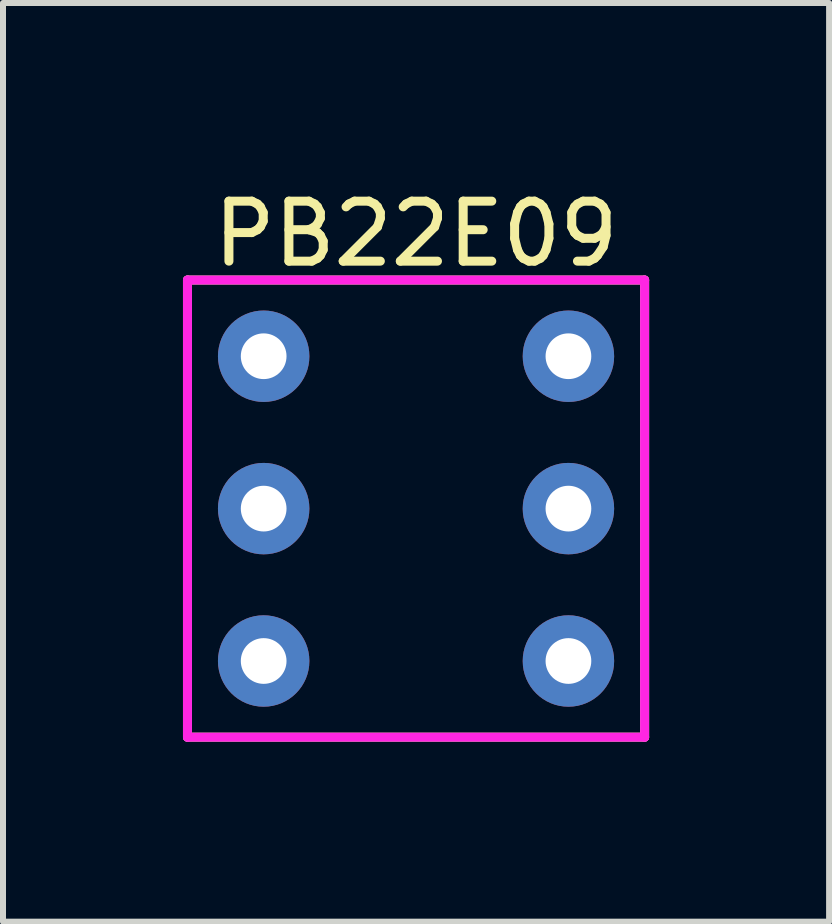
<source format=kicad_pcb>
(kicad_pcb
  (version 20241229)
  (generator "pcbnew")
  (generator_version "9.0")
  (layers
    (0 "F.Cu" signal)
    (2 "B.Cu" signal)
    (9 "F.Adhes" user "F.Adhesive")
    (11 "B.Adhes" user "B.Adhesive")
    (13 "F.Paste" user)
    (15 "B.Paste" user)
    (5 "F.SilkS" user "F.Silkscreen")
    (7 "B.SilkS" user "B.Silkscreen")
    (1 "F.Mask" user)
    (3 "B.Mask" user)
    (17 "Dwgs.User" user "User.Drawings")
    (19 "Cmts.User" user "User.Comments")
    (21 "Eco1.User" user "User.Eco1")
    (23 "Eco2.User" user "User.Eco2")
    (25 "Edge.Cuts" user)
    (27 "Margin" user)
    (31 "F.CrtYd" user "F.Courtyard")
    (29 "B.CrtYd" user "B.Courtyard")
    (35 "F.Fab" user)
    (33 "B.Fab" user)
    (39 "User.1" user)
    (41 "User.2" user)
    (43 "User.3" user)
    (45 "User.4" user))
  (footprint "PB22E09"
    (layer "F.Cu")
    (at 3.885 0.348)
    (property "Reference" "PB22E09" (at 0 0.5 0) (layer "F.SilkS") (effects (font (size 1 1) (thickness 0.15))))
    (attr through_hole)
    (fp_line (start -3.81 1.27) (end 3.81 1.27) (stroke (width 0.15) (type solid)) (layer "F.SilkS"))
    (fp_line (start -3.81 8.89) (end -3.81 1.27) (stroke (width 0.15) (type solid)) (layer "F.SilkS"))
    (fp_line (start 3.81 1.27) (end 3.81 8.89) (stroke (width 0.15) (type solid)) (layer "F.SilkS"))
    (fp_line (start 3.81 8.89) (end -3.81 8.89) (stroke (width 0.15) (type solid)) (layer "F.SilkS"))
    (fp_line (start -3.81 1.27) (end -3.81 8.89) (stroke (width 0.15) (type solid)) (layer "F.CrtYd"))
    (fp_line (start -3.81 8.89) (end 3.81 8.89) (stroke (width 0.15) (type solid)) (layer "F.CrtYd"))
    (fp_line (start 3.81 1.27) (end -3.81 1.27) (stroke (width 0.15) (type solid)) (layer "F.CrtYd"))
    (fp_line (start 3.81 8.89) (end 3.81 1.27) (stroke (width 0.15) (type solid)) (layer "F.CrtYd"))
    (pad "1" thru_hole circle (at -2.54 2.54) (size 1.524 1.524) (drill 0.762) (layers "*.Cu" "*.Mask"))
    (pad "2" thru_hole circle (at -2.54 5.08) (size 1.524 1.524) (drill 0.762) (layers "*.Cu" "*.Mask"))
    (pad "3" thru_hole circle (at -2.54 7.62) (size 1.524 1.524) (drill 0.762) (layers "*.Cu" "*.Mask"))
    (pad "4" thru_hole circle (at 2.54 2.54) (size 1.524 1.524) (drill 0.762) (layers "*.Cu" "*.Mask"))
    (pad "5" thru_hole circle (at 2.54 5.08) (size 1.524 1.524) (drill 0.762) (layers "*.Cu" "*.Mask"))
    (pad "6" thru_hole circle (at 2.54 7.62) (size 1.524 1.524) (drill 0.762) (layers "*.Cu" "*.Mask")))
  (gr_rect
    (start -3 -3)
    (end 10.77 12.313)
    (stroke (width 0.1) (type default))
    (fill no)
    (layer "Edge.Cuts")))
</source>
